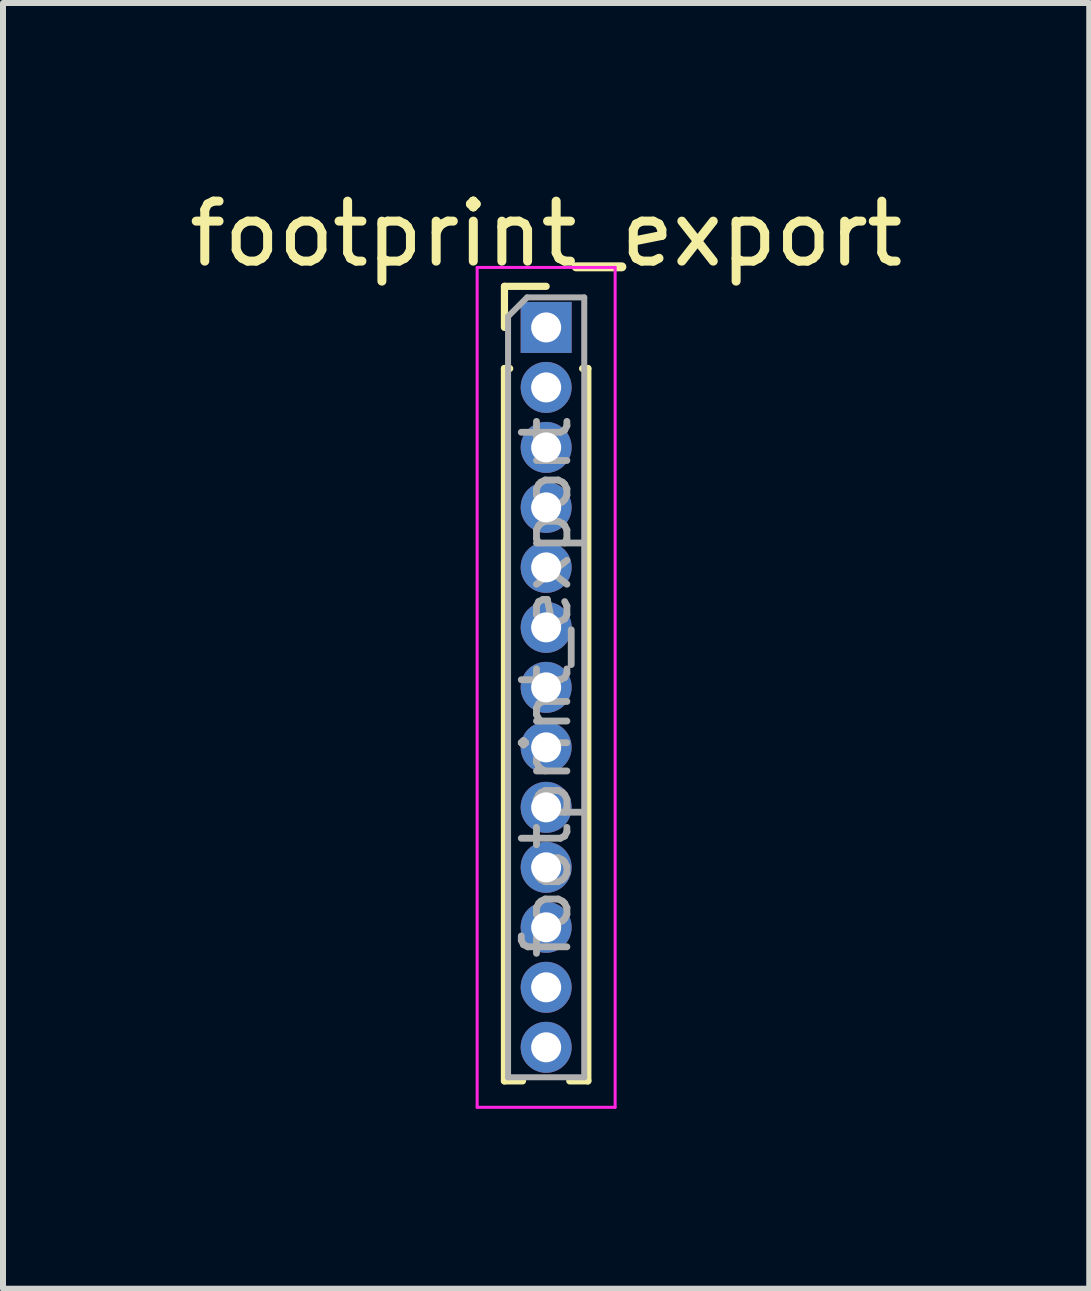
<source format=kicad_pcb>
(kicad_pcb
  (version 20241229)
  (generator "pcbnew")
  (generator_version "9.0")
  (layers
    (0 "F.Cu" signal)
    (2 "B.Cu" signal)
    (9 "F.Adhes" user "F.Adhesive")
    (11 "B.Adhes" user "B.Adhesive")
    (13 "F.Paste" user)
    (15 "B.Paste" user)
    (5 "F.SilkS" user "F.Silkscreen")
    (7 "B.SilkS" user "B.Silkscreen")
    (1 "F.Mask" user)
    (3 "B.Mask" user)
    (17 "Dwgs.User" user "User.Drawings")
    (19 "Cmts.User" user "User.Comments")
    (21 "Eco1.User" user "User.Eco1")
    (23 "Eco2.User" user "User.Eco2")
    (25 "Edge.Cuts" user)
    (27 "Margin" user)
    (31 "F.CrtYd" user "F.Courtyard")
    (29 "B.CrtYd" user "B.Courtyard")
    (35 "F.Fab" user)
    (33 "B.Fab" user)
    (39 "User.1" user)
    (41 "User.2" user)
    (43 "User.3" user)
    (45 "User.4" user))
  (footprint "footprint_export"
    (layer "F.Cu")
    (at 6.054 2.408)
    (property "Reference" "footprint_export" (at 0 -1.56 0) (layer "F.SilkS") (effects (font (size 1 1) (thickness 0.15))))
    (attr through_hole)
    (fp_line (start -0.695 -0.685) (end 0 -0.685) (stroke (width 0.12) (type solid)) (layer "F.SilkS"))
    (fp_line (start -0.695 0) (end -0.695 -0.685) (stroke (width 0.12) (type solid)) (layer "F.SilkS"))
    (fp_line (start -0.695 0.685) (end -0.695 12.56) (stroke (width 0.12) (type solid)) (layer "F.SilkS"))
    (fp_line (start -0.695 0.685) (end -0.608 0.685) (stroke (width 0.12) (type solid)) (layer "F.SilkS"))
    (fp_line (start -0.695 12.56) (end -0.394 12.56) (stroke (width 0.12) (type solid)) (layer "F.SilkS"))
    (fp_line (start 0.394 12.56) (end 0.695 12.56) (stroke (width 0.12) (type solid)) (layer "F.SilkS"))
    (fp_line (start 0.608 0.685) (end 0.695 0.685) (stroke (width 0.12) (type solid)) (layer "F.SilkS"))
    (fp_line (start 0.695 0.685) (end 0.695 12.56) (stroke (width 0.12) (type solid)) (layer "F.SilkS"))
    (fp_line (start -1.15 -1) (end -1.15 13) (stroke (width 0.05) (type solid)) (layer "F.CrtYd"))
    (fp_line (start -1.15 13) (end 1.15 13) (stroke (width 0.05) (type solid)) (layer "F.CrtYd"))
    (fp_line (start 1.15 -1) (end -1.15 -1) (stroke (width 0.05) (type solid)) (layer "F.CrtYd"))
    (fp_line (start 1.15 13) (end 1.15 -1) (stroke (width 0.05) (type solid)) (layer "F.CrtYd"))
    (fp_line (start -0.635 -0.182) (end -0.318 -0.5) (stroke (width 0.1) (type solid)) (layer "F.Fab"))
    (fp_line (start -0.635 12.5) (end -0.635 -0.182) (stroke (width 0.1) (type solid)) (layer "F.Fab"))
    (fp_line (start -0.318 -0.5) (end 0.635 -0.5) (stroke (width 0.1) (type solid)) (layer "F.Fab"))
    (fp_line (start 0.635 -0.5) (end 0.635 12.5) (stroke (width 0.1) (type solid)) (layer "F.Fab"))
    (fp_line (start 0.635 12.5) (end -0.635 12.5) (stroke (width 0.1) (type solid)) (layer "F.Fab"))
    (fp_text user "${REFERENCE}" (at 0 6 90) (layer "F.Fab") (effects (font (size 0.76 0.76) (thickness 0.114))))
    (pad "1" thru_hole rect (at 0 0) (size 0.85 0.85) (drill 0.5) (layers "*.Cu" "*.Mask"))
    (pad "2" thru_hole oval (at 0 1) (size 0.85 0.85) (drill 0.5) (layers "*.Cu" "*.Mask"))
    (pad "3" thru_hole oval (at 0 2) (size 0.85 0.85) (drill 0.5) (layers "*.Cu" "*.Mask"))
    (pad "4" thru_hole oval (at 0 3) (size 0.85 0.85) (drill 0.5) (layers "*.Cu" "*.Mask"))
    (pad "5" thru_hole oval (at 0 4) (size 0.85 0.85) (drill 0.5) (layers "*.Cu" "*.Mask"))
    (pad "6" thru_hole oval (at 0 5) (size 0.85 0.85) (drill 0.5) (layers "*.Cu" "*.Mask"))
    (pad "7" thru_hole oval (at 0 6) (size 0.85 0.85) (drill 0.5) (layers "*.Cu" "*.Mask"))
    (pad "8" thru_hole oval (at 0 7) (size 0.85 0.85) (drill 0.5) (layers "*.Cu" "*.Mask"))
    (pad "9" thru_hole oval (at 0 8) (size 0.85 0.85) (drill 0.5) (layers "*.Cu" "*.Mask"))
    (pad "10" thru_hole oval (at 0 9) (size 0.85 0.85) (drill 0.5) (layers "*.Cu" "*.Mask"))
    (pad "11" thru_hole oval (at 0 10) (size 0.85 0.85) (drill 0.5) (layers "*.Cu" "*.Mask"))
    (pad "12" thru_hole oval (at 0 11) (size 0.85 0.85) (drill 0.5) (layers "*.Cu" "*.Mask"))
    (pad "13" thru_hole oval (at 0 12) (size 0.85 0.85) (drill 0.5) (layers "*.Cu" "*.Mask")))
  (gr_rect
    (start -3 -3)
    (end 15.107 18.433)
    (stroke (width 0.1) (type default))
    (fill no)
    (layer "Edge.Cuts")))
</source>
